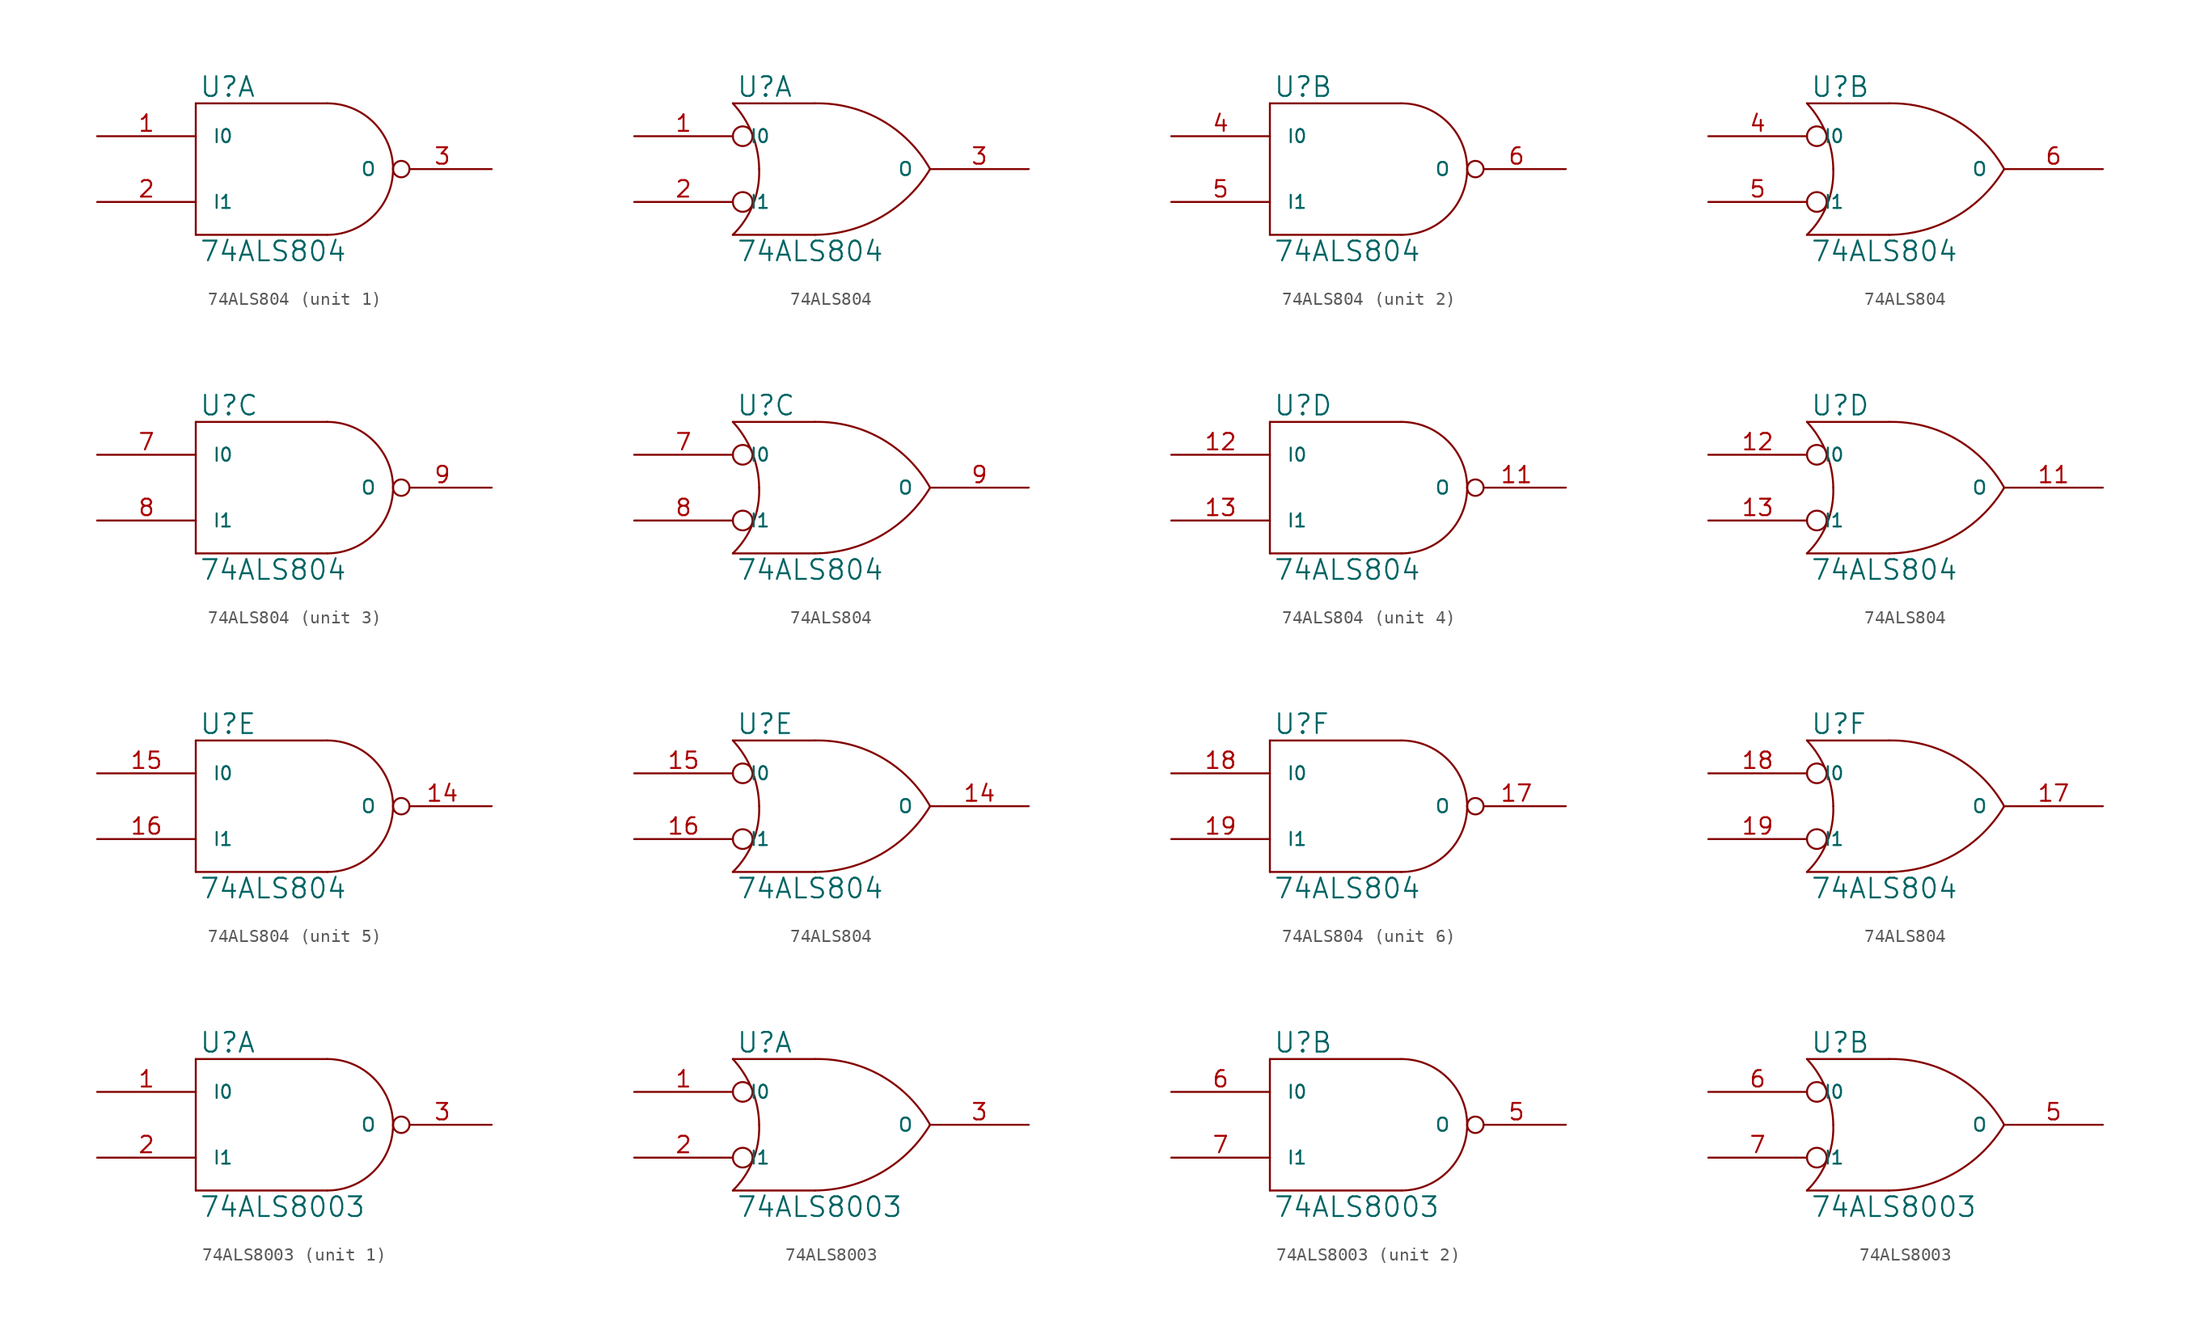
<source format=kicad_sym>
(kicad_symbol_lib
  (version 20231120)
  (generator "kicad_symbol_editor")
  (generator_version "8.0")
  (symbol "74ALS804"
    (pin_names
      (offset 1.27))
    (property "Reference" "U"
      (at 0.254 0.381 0)
      (effects (font (size 1.524 1.524)) (justify left bottom)))
    (property "Value" "74ALS804"
      (at 0.254 -10.541 0)
      (effects (font (size 1.524 1.524)) (justify left top)))
    (symbol "74ALS804_0_1"
      (polyline (pts (xy 0 -10.16) (xy 10.16 -10.16)) (stroke (width 0) (type solid)) (fill (type none)))
      (polyline (pts (xy 0 0) (xy 0 -10.16)) (stroke (width 0) (type solid)) (fill (type none)))
      (polyline (pts (xy 10.16 0) (xy 0 0)) (stroke (width 0) (type solid)) (fill (type none)))
      (arc (start 10.16 -10.16) (mid 13.7521 -8.6721) (end 15.24 -5.08) (stroke (width 0) (type solid)) (fill (type none)))
      (arc (start 15.24 -5.08) (mid 13.7521 -1.4879) (end 10.16 0) (stroke (width 0) (type solid)) (fill (type none))))
    (symbol "74ALS804_0_2"
      (arc (start 0 -10.16) (mid 1.5573 -7.8293) (end 2.032 -5.08) (stroke (width 0) (type solid)) (fill (type none)))
      (polyline (pts (xy 6.35 -10.16) (xy 0 -10.16)) (stroke (width 0) (type solid)) (fill (type none)))
      (polyline (pts (xy 6.35 0) (xy 0 0)) (stroke (width 0) (type solid)) (fill (type none)))
      (circle (center 0.762 -7.62) (radius 0.762) (stroke (width 0) (type solid)) (fill (type none)))
      (circle (center 0.762 -2.54) (radius 0.762) (stroke (width 0) (type solid)) (fill (type none)))
      (arc (start 2.032 -5.08) (mid 1.4906 -2.3584) (end 0 0) (stroke (width 0) (type solid)) (fill (type none)))
      (arc (start 6.35 -10.16) (mid 11.4496 -8.7875) (end 15.24 -5.08) (stroke (width 0) (type solid)) (fill (type none)))
      (arc (start 15.24 -5.08) (mid 11.4893 -1.3041) (end 6.35 0) (stroke (width 0) (type solid)) (fill (type none))))
    (symbol "74ALS804_1_1"
      (pin input line (at -7.62 -2.54 0) (length 7.62) (name "I0" (effects (font (size 1.016 1.016)))) (number "1" (effects (font (size 1.27 1.27)))))
      (pin power_in line (at 0 -10.16 90) (length 0) hide (name "GND" (effects (font (size 1.016 1.016)))) (number "10" (effects (font (size 1.27 1.27)))))
      (pin input line (at -7.62 -7.62 0) (length 7.62) (name "I1" (effects (font (size 1.016 1.016)))) (number "2" (effects (font (size 1.27 1.27)))))
      (pin power_in line (at 0 0 270) (length 0) hide (name "VCC" (effects (font (size 1.016 1.016)))) (number "20" (effects (font (size 1.27 1.27)))))
      (pin output inverted (at 22.86 -5.08 180) (length 7.62) (name "O" (effects (font (size 1.016 1.016)))) (number "3" (effects (font (size 1.27 1.27))))))
    (symbol "74ALS804_1_2"
      (pin input line (at -7.62 -2.54 0) (length 7.62) (name "I0" (effects (font (size 1.016 1.016)))) (number "1" (effects (font (size 1.27 1.27)))))
      (pin power_in line (at 0 -10.16 90) (length 0) hide (name "GND" (effects (font (size 1.016 1.016)))) (number "10" (effects (font (size 1.27 1.27)))))
      (pin input line (at -7.62 -7.62 0) (length 7.62) (name "I1" (effects (font (size 1.016 1.016)))) (number "2" (effects (font (size 1.27 1.27)))))
      (pin power_in line (at 0 0 270) (length 0) hide (name "VCC" (effects (font (size 1.016 1.016)))) (number "20" (effects (font (size 1.27 1.27)))))
      (pin output line (at 22.86 -5.08 180) (length 7.62) (name "O" (effects (font (size 1.016 1.016)))) (number "3" (effects (font (size 1.27 1.27))))))
    (symbol "74ALS804_2_1"
      (pin power_in line (at 0 -10.16 90) (length 0) hide (name "GND" (effects (font (size 1.016 1.016)))) (number "10" (effects (font (size 1.27 1.27)))))
      (pin power_in line (at 0 0 270) (length 0) hide (name "VCC" (effects (font (size 1.016 1.016)))) (number "20" (effects (font (size 1.27 1.27)))))
      (pin input line (at -7.62 -2.54 0) (length 7.62) (name "I0" (effects (font (size 1.016 1.016)))) (number "4" (effects (font (size 1.27 1.27)))))
      (pin input line (at -7.62 -7.62 0) (length 7.62) (name "I1" (effects (font (size 1.016 1.016)))) (number "5" (effects (font (size 1.27 1.27)))))
      (pin output inverted (at 22.86 -5.08 180) (length 7.62) (name "O" (effects (font (size 1.016 1.016)))) (number "6" (effects (font (size 1.27 1.27))))))
    (symbol "74ALS804_2_2"
      (pin power_in line (at 0 -10.16 90) (length 0) hide (name "GND" (effects (font (size 1.016 1.016)))) (number "10" (effects (font (size 1.27 1.27)))))
      (pin power_in line (at 0 0 270) (length 0) hide (name "VCC" (effects (font (size 1.016 1.016)))) (number "20" (effects (font (size 1.27 1.27)))))
      (pin input line (at -7.62 -2.54 0) (length 7.62) (name "I0" (effects (font (size 1.016 1.016)))) (number "4" (effects (font (size 1.27 1.27)))))
      (pin input line (at -7.62 -7.62 0) (length 7.62) (name "I1" (effects (font (size 1.016 1.016)))) (number "5" (effects (font (size 1.27 1.27)))))
      (pin output line (at 22.86 -5.08 180) (length 7.62) (name "O" (effects (font (size 1.016 1.016)))) (number "6" (effects (font (size 1.27 1.27))))))
    (symbol "74ALS804_3_1"
      (pin power_in line (at 0 -10.16 90) (length 0) hide (name "GND" (effects (font (size 1.016 1.016)))) (number "10" (effects (font (size 1.27 1.27)))))
      (pin power_in line (at 0 0 270) (length 0) hide (name "VCC" (effects (font (size 1.016 1.016)))) (number "20" (effects (font (size 1.27 1.27)))))
      (pin input line (at -7.62 -2.54 0) (length 7.62) (name "I0" (effects (font (size 1.016 1.016)))) (number "7" (effects (font (size 1.27 1.27)))))
      (pin input line (at -7.62 -7.62 0) (length 7.62) (name "I1" (effects (font (size 1.016 1.016)))) (number "8" (effects (font (size 1.27 1.27)))))
      (pin output inverted (at 22.86 -5.08 180) (length 7.62) (name "O" (effects (font (size 1.016 1.016)))) (number "9" (effects (font (size 1.27 1.27))))))
    (symbol "74ALS804_3_2"
      (pin power_in line (at 0 -10.16 90) (length 0) hide (name "GND" (effects (font (size 1.016 1.016)))) (number "10" (effects (font (size 1.27 1.27)))))
      (pin power_in line (at 0 0 270) (length 0) hide (name "VCC" (effects (font (size 1.016 1.016)))) (number "20" (effects (font (size 1.27 1.27)))))
      (pin input line (at -7.62 -2.54 0) (length 7.62) (name "I0" (effects (font (size 1.016 1.016)))) (number "7" (effects (font (size 1.27 1.27)))))
      (pin input line (at -7.62 -7.62 0) (length 7.62) (name "I1" (effects (font (size 1.016 1.016)))) (number "8" (effects (font (size 1.27 1.27)))))
      (pin output line (at 22.86 -5.08 180) (length 7.62) (name "O" (effects (font (size 1.016 1.016)))) (number "9" (effects (font (size 1.27 1.27))))))
    (symbol "74ALS804_4_1"
      (pin power_in line (at 0 -10.16 90) (length 0) hide (name "GND" (effects (font (size 1.016 1.016)))) (number "10" (effects (font (size 1.27 1.27)))))
      (pin output inverted (at 22.86 -5.08 180) (length 7.62) (name "O" (effects (font (size 1.016 1.016)))) (number "11" (effects (font (size 1.27 1.27)))))
      (pin input line (at -7.62 -2.54 0) (length 7.62) (name "I0" (effects (font (size 1.016 1.016)))) (number "12" (effects (font (size 1.27 1.27)))))
      (pin input line (at -7.62 -7.62 0) (length 7.62) (name "I1" (effects (font (size 1.016 1.016)))) (number "13" (effects (font (size 1.27 1.27)))))
      (pin power_in line (at 0 0 270) (length 0) hide (name "VCC" (effects (font (size 1.016 1.016)))) (number "20" (effects (font (size 1.27 1.27))))))
    (symbol "74ALS804_4_2"
      (pin power_in line (at 0 -10.16 90) (length 0) hide (name "GND" (effects (font (size 1.016 1.016)))) (number "10" (effects (font (size 1.27 1.27)))))
      (pin output line (at 22.86 -5.08 180) (length 7.62) (name "O" (effects (font (size 1.016 1.016)))) (number "11" (effects (font (size 1.27 1.27)))))
      (pin input line (at -7.62 -2.54 0) (length 7.62) (name "I0" (effects (font (size 1.016 1.016)))) (number "12" (effects (font (size 1.27 1.27)))))
      (pin input line (at -7.62 -7.62 0) (length 7.62) (name "I1" (effects (font (size 1.016 1.016)))) (number "13" (effects (font (size 1.27 1.27)))))
      (pin power_in line (at 0 0 270) (length 0) hide (name "VCC" (effects (font (size 1.016 1.016)))) (number "20" (effects (font (size 1.27 1.27))))))
    (symbol "74ALS804_5_1"
      (pin power_in line (at 0 -10.16 90) (length 0) hide (name "GND" (effects (font (size 1.016 1.016)))) (number "10" (effects (font (size 1.27 1.27)))))
      (pin output inverted (at 22.86 -5.08 180) (length 7.62) (name "O" (effects (font (size 1.016 1.016)))) (number "14" (effects (font (size 1.27 1.27)))))
      (pin input line (at -7.62 -2.54 0) (length 7.62) (name "I0" (effects (font (size 1.016 1.016)))) (number "15" (effects (font (size 1.27 1.27)))))
      (pin input line (at -7.62 -7.62 0) (length 7.62) (name "I1" (effects (font (size 1.016 1.016)))) (number "16" (effects (font (size 1.27 1.27)))))
      (pin power_in line (at 0 0 270) (length 0) hide (name "VCC" (effects (font (size 1.016 1.016)))) (number "20" (effects (font (size 1.27 1.27))))))
    (symbol "74ALS804_5_2"
      (pin power_in line (at 0 -10.16 90) (length 0) hide (name "GND" (effects (font (size 1.016 1.016)))) (number "10" (effects (font (size 1.27 1.27)))))
      (pin output line (at 22.86 -5.08 180) (length 7.62) (name "O" (effects (font (size 1.016 1.016)))) (number "14" (effects (font (size 1.27 1.27)))))
      (pin input line (at -7.62 -2.54 0) (length 7.62) (name "I0" (effects (font (size 1.016 1.016)))) (number "15" (effects (font (size 1.27 1.27)))))
      (pin input line (at -7.62 -7.62 0) (length 7.62) (name "I1" (effects (font (size 1.016 1.016)))) (number "16" (effects (font (size 1.27 1.27)))))
      (pin power_in line (at 0 0 270) (length 0) hide (name "VCC" (effects (font (size 1.016 1.016)))) (number "20" (effects (font (size 1.27 1.27))))))
    (symbol "74ALS804_6_1"
      (pin power_in line (at 0 -10.16 90) (length 0) hide (name "GND" (effects (font (size 1.016 1.016)))) (number "10" (effects (font (size 1.27 1.27)))))
      (pin output inverted (at 22.86 -5.08 180) (length 7.62) (name "O" (effects (font (size 1.016 1.016)))) (number "17" (effects (font (size 1.27 1.27)))))
      (pin input line (at -7.62 -2.54 0) (length 7.62) (name "I0" (effects (font (size 1.016 1.016)))) (number "18" (effects (font (size 1.27 1.27)))))
      (pin input line (at -7.62 -7.62 0) (length 7.62) (name "I1" (effects (font (size 1.016 1.016)))) (number "19" (effects (font (size 1.27 1.27)))))
      (pin power_in line (at 0 0 270) (length 0) hide (name "VCC" (effects (font (size 1.016 1.016)))) (number "20" (effects (font (size 1.27 1.27))))))
    (symbol "74ALS804_6_2"
      (pin power_in line (at 0 -10.16 90) (length 0) hide (name "GND" (effects (font (size 1.016 1.016)))) (number "10" (effects (font (size 1.27 1.27)))))
      (pin output line (at 22.86 -5.08 180) (length 7.62) (name "O" (effects (font (size 1.016 1.016)))) (number "17" (effects (font (size 1.27 1.27)))))
      (pin input line (at -7.62 -2.54 0) (length 7.62) (name "I0" (effects (font (size 1.016 1.016)))) (number "18" (effects (font (size 1.27 1.27)))))
      (pin input line (at -7.62 -7.62 0) (length 7.62) (name "I1" (effects (font (size 1.016 1.016)))) (number "19" (effects (font (size 1.27 1.27)))))
      (pin power_in line (at 0 0 270) (length 0) hide (name "VCC" (effects (font (size 1.016 1.016)))) (number "20" (effects (font (size 1.27 1.27)))))))
  (symbol "74ALS8003"
    (pin_names
      (offset 1.27))
    (property "Reference" "U"
      (at 0.254 0.381 0)
      (effects (font (size 1.524 1.524)) (justify left bottom)))
    (property "Value" "74ALS8003"
      (at 0.254 -10.541 0)
      (effects (font (size 1.524 1.524)) (justify left top)))
    (symbol "74ALS8003_0_1"
      (polyline (pts (xy 0 -10.16) (xy 10.16 -10.16)) (stroke (width 0) (type solid)) (fill (type none)))
      (polyline (pts (xy 0 0) (xy 0 -10.16)) (stroke (width 0) (type solid)) (fill (type none)))
      (polyline (pts (xy 10.16 0) (xy 0 0)) (stroke (width 0) (type solid)) (fill (type none)))
      (arc (start 10.16 -10.16) (mid 13.7521 -8.6721) (end 15.24 -5.08) (stroke (width 0) (type solid)) (fill (type none)))
      (arc (start 15.24 -5.08) (mid 13.7521 -1.4879) (end 10.16 0) (stroke (width 0) (type solid)) (fill (type none))))
    (symbol "74ALS8003_0_2"
      (arc (start 0 -10.16) (mid 1.5573 -7.8293) (end 2.032 -5.08) (stroke (width 0) (type solid)) (fill (type none)))
      (polyline (pts (xy 6.35 -10.16) (xy 0 -10.16)) (stroke (width 0) (type solid)) (fill (type none)))
      (polyline (pts (xy 6.35 0) (xy 0 0)) (stroke (width 0) (type solid)) (fill (type none)))
      (circle (center 0.762 -7.62) (radius 0.762) (stroke (width 0) (type solid)) (fill (type none)))
      (circle (center 0.762 -2.54) (radius 0.762) (stroke (width 0) (type solid)) (fill (type none)))
      (arc (start 2.032 -5.08) (mid 1.4906 -2.3584) (end 0 0) (stroke (width 0) (type solid)) (fill (type none)))
      (arc (start 6.35 -10.16) (mid 11.4496 -8.7875) (end 15.24 -5.08) (stroke (width 0) (type solid)) (fill (type none)))
      (arc (start 15.24 -5.08) (mid 11.4893 -1.3041) (end 6.35 0) (stroke (width 0) (type solid)) (fill (type none))))
    (symbol "74ALS8003_1_1"
      (pin input line (at -7.62 -2.54 0) (length 7.62) (name "I0" (effects (font (size 1.016 1.016)))) (number "1" (effects (font (size 1.27 1.27)))))
      (pin input line (at -7.62 -7.62 0) (length 7.62) (name "I1" (effects (font (size 1.016 1.016)))) (number "2" (effects (font (size 1.27 1.27)))))
      (pin output inverted (at 22.86 -5.08 180) (length 7.62) (name "O" (effects (font (size 1.016 1.016)))) (number "3" (effects (font (size 1.27 1.27)))))
      (pin power_in line (at 0 -10.16 90) (length 0) hide (name "GND" (effects (font (size 1.016 1.016)))) (number "4" (effects (font (size 1.27 1.27)))))
      (pin power_in line (at 0 0 270) (length 0) hide (name "VCC" (effects (font (size 1.016 1.016)))) (number "8" (effects (font (size 1.27 1.27))))))
    (symbol "74ALS8003_1_2"
      (pin input line (at -7.62 -2.54 0) (length 7.62) (name "I0" (effects (font (size 1.016 1.016)))) (number "1" (effects (font (size 1.27 1.27)))))
      (pin input line (at -7.62 -7.62 0) (length 7.62) (name "I1" (effects (font (size 1.016 1.016)))) (number "2" (effects (font (size 1.27 1.27)))))
      (pin output line (at 22.86 -5.08 180) (length 7.62) (name "O" (effects (font (size 1.016 1.016)))) (number "3" (effects (font (size 1.27 1.27)))))
      (pin power_in line (at 0 -10.16 90) (length 0) hide (name "GND" (effects (font (size 1.016 1.016)))) (number "4" (effects (font (size 1.27 1.27)))))
      (pin power_in line (at 0 0 270) (length 0) hide (name "VCC" (effects (font (size 1.016 1.016)))) (number "8" (effects (font (size 1.27 1.27))))))
    (symbol "74ALS8003_2_1"
      (pin power_in line (at 0 -10.16 90) (length 0) hide (name "GND" (effects (font (size 1.016 1.016)))) (number "4" (effects (font (size 1.27 1.27)))))
      (pin output inverted (at 22.86 -5.08 180) (length 7.62) (name "O" (effects (font (size 1.016 1.016)))) (number "5" (effects (font (size 1.27 1.27)))))
      (pin input line (at -7.62 -2.54 0) (length 7.62) (name "I0" (effects (font (size 1.016 1.016)))) (number "6" (effects (font (size 1.27 1.27)))))
      (pin input line (at -7.62 -7.62 0) (length 7.62) (name "I1" (effects (font (size 1.016 1.016)))) (number "7" (effects (font (size 1.27 1.27)))))
      (pin power_in line (at 0 0 270) (length 0) hide (name "VCC" (effects (font (size 1.016 1.016)))) (number "8" (effects (font (size 1.27 1.27))))))
    (symbol "74ALS8003_2_2"
      (pin power_in line (at 0 -10.16 90) (length 0) hide (name "GND" (effects (font (size 1.016 1.016)))) (number "4" (effects (font (size 1.27 1.27)))))
      (pin output line (at 22.86 -5.08 180) (length 7.62) (name "O" (effects (font (size 1.016 1.016)))) (number "5" (effects (font (size 1.27 1.27)))))
      (pin input line (at -7.62 -2.54 0) (length 7.62) (name "I0" (effects (font (size 1.016 1.016)))) (number "6" (effects (font (size 1.27 1.27)))))
      (pin input line (at -7.62 -7.62 0) (length 7.62) (name "I1" (effects (font (size 1.016 1.016)))) (number "7" (effects (font (size 1.27 1.27)))))
      (pin power_in line (at 0 0 270) (length 0) hide (name "VCC" (effects (font (size 1.016 1.016)))) (number "8" (effects (font (size 1.27 1.27))))))))
</source>
